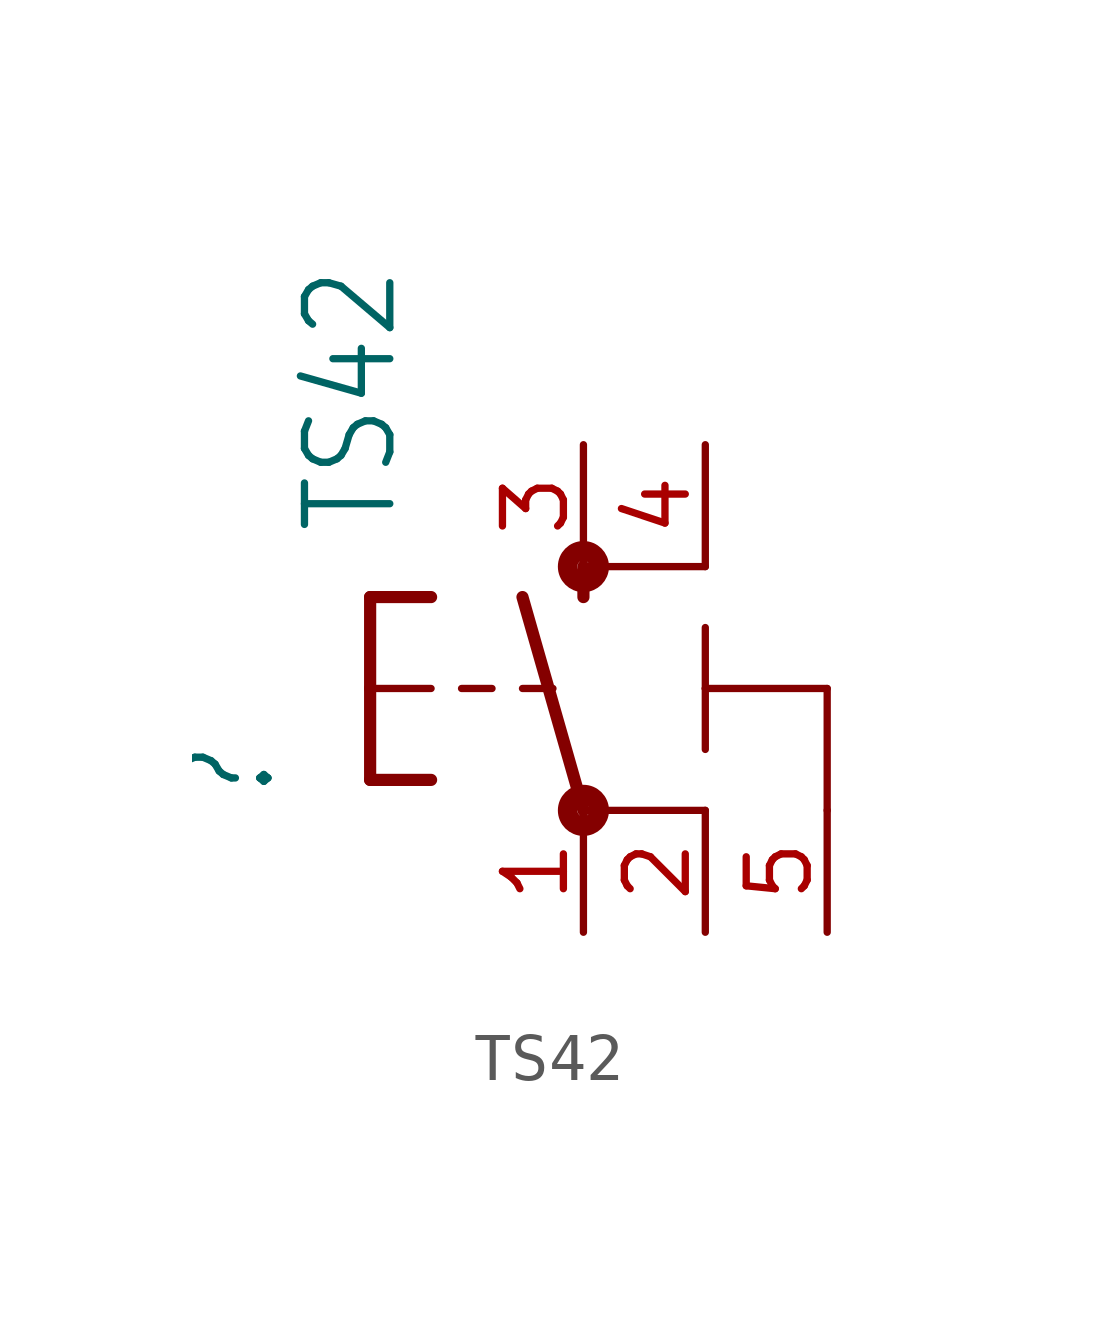
<source format=kicad_sym>
(kicad_symbol_lib
  (version 20211014)
  (generator kicad_symbol_editor)
  (symbol "TS42"
    (property "Reference" ""
      (at -6.35 -2.54 90)
      (effects (font (size 1.778 1.511)) (justify left bottom)))
    (property "Value" "TS42"
      (at -3.81 3.175 90)
      (effects (font (size 1.778 1.511)) (justify left bottom)))
    (property "ki_locked" ""
      (at 0 0 0)
      (effects (font (size 1.27 1.27))))
    (symbol "TS42_1_0"
      (circle (center 0 -2.54) (radius 0.127) (stroke (width 0.406) (type default) (color 0 0 0 0)) (fill (type none)))
      (polyline (pts (xy -4.445 -1.905) (xy -3.175 -1.905)) (stroke (width 0.254) (type default) (color 0 0 0 0)) (fill (type none)))
      (polyline (pts (xy -4.445 0) (xy -4.445 -1.905)) (stroke (width 0.254) (type default) (color 0 0 0 0)) (fill (type none)))
      (polyline (pts (xy -4.445 0) (xy -3.175 0)) (stroke (width 0.152) (type default) (color 0 0 0 0)) (fill (type none)))
      (polyline (pts (xy -4.445 1.905) (xy -4.445 0)) (stroke (width 0.254) (type default) (color 0 0 0 0)) (fill (type none)))
      (polyline (pts (xy -4.445 1.905) (xy -3.175 1.905)) (stroke (width 0.254) (type default) (color 0 0 0 0)) (fill (type none)))
      (polyline (pts (xy -2.54 0) (xy -1.905 0)) (stroke (width 0.152) (type default) (color 0 0 0 0)) (fill (type none)))
      (polyline (pts (xy -1.27 0) (xy -0.635 0)) (stroke (width 0.152) (type default) (color 0 0 0 0)) (fill (type none)))
      (polyline (pts (xy 0 -2.54) (xy -1.27 1.905)) (stroke (width 0.254) (type default) (color 0 0 0 0)) (fill (type none)))
      (polyline (pts (xy 0 1.905) (xy 0 2.54)) (stroke (width 0.254) (type default) (color 0 0 0 0)) (fill (type none)))
      (polyline (pts (xy 2.54 -2.54) (xy 0 -2.54)) (stroke (width 0.152) (type default) (color 0 0 0 0)) (fill (type none)))
      (polyline (pts (xy 2.54 0) (xy 2.54 -1.27)) (stroke (width 0.152) (type default) (color 0 0 0 0)) (fill (type none)))
      (polyline (pts (xy 2.54 0) (xy 2.54 1.27)) (stroke (width 0.152) (type default) (color 0 0 0 0)) (fill (type none)))
      (polyline (pts (xy 2.54 2.54) (xy 0 2.54)) (stroke (width 0.152) (type default) (color 0 0 0 0)) (fill (type none)))
      (polyline (pts (xy 5.08 -2.54) (xy 5.08 0)) (stroke (width 0.152) (type default) (color 0 0 0 0)) (fill (type none)))
      (polyline (pts (xy 5.08 0) (xy 2.54 0)) (stroke (width 0.152) (type default) (color 0 0 0 0)) (fill (type none)))
      (circle (center 0 2.54) (radius 0.127) (stroke (width 0.406) (type default) (color 0 0 0 0)) (fill (type none)))
      (pin passive line (at 0 -5.08 90) (length 2.54) (name "1" (effects (font (size 0 0)))) (number "1" (effects (font (size 1.27 1.27)))))
      (pin passive line (at 2.54 -5.08 90) (length 2.54) (name "2" (effects (font (size 0 0)))) (number "2" (effects (font (size 1.27 1.27)))))
      (pin passive line (at 0 5.08 270) (length 2.54) (name "3" (effects (font (size 0 0)))) (number "3" (effects (font (size 1.27 1.27)))))
      (pin passive line (at 2.54 5.08 270) (length 2.54) (name "4" (effects (font (size 0 0)))) (number "4" (effects (font (size 1.27 1.27)))))
      (pin power_in line (at 5.08 -5.08 90) (length 2.54) (name "5-GND" (effects (font (size 0 0)))) (number "5" (effects (font (size 1.27 1.27))))))))
</source>
